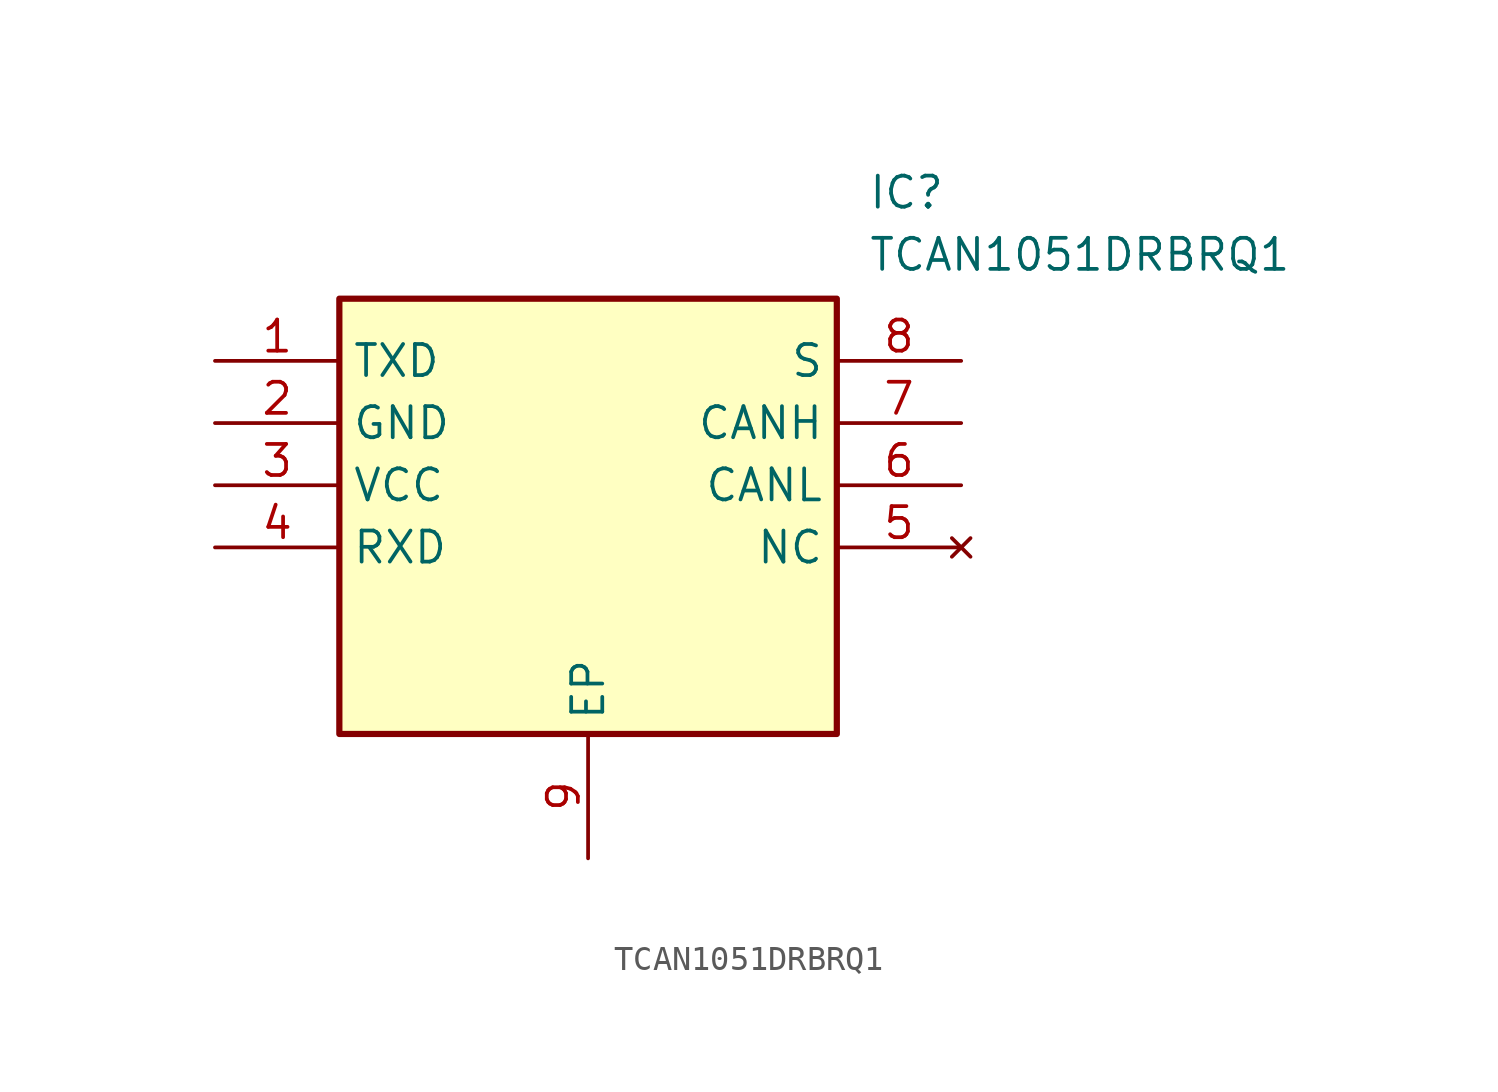
<source format=kicad_sym>
(kicad_symbol_lib
  (version 20211014)
  (generator SamacSys_ECAD_Model)
  (symbol "TCAN1051DRBRQ1"
    (property "Reference" "IC"
      (at 26.67 7.62 0)
      (effects (font (size 1.27 1.27)) (justify left top)))
    (property "Value" "TCAN1051DRBRQ1"
      (at 26.67 5.08 0)
      (effects (font (size 1.27 1.27)) (justify left top)))
    (rectangle
      (start 5.08 2.54)
      (end 25.4 -15.24)
      (stroke (width 0.254) (type default))
      (fill (type background)))
    (pin passive line
      (at 0 0 0)
      (length 5.08)
      (name "TXD" (effects (font (size 1.27 1.27))))
      (number "1" (effects (font (size 1.27 1.27)))))
    (pin passive line
      (at 0 -2.54 0)
      (length 5.08)
      (name "GND" (effects (font (size 1.27 1.27))))
      (number "2" (effects (font (size 1.27 1.27)))))
    (pin passive line
      (at 0 -5.08 0)
      (length 5.08)
      (name "VCC" (effects (font (size 1.27 1.27))))
      (number "3" (effects (font (size 1.27 1.27)))))
    (pin passive line
      (at 0 -7.62 0)
      (length 5.08)
      (name "RXD" (effects (font (size 1.27 1.27))))
      (number "4" (effects (font (size 1.27 1.27)))))
    (pin passive line
      (at 15.24 -20.32 90)
      (length 5.08)
      (name "EP" (effects (font (size 1.27 1.27))))
      (number "9" (effects (font (size 1.27 1.27)))))
    (pin passive line
      (at 30.48 0 180)
      (length 5.08)
      (name "S" (effects (font (size 1.27 1.27))))
      (number "8" (effects (font (size 1.27 1.27)))))
    (pin passive line
      (at 30.48 -2.54 180)
      (length 5.08)
      (name "CANH" (effects (font (size 1.27 1.27))))
      (number "7" (effects (font (size 1.27 1.27)))))
    (pin passive line
      (at 30.48 -5.08 180)
      (length 5.08)
      (name "CANL" (effects (font (size 1.27 1.27))))
      (number "6" (effects (font (size 1.27 1.27)))))
    (pin no_connect line
      (at 30.48 -7.62 180)
      (length 5.08)
      (name "NC" (effects (font (size 1.27 1.27))))
      (number "5" (effects (font (size 1.27 1.27)))))))
</source>
